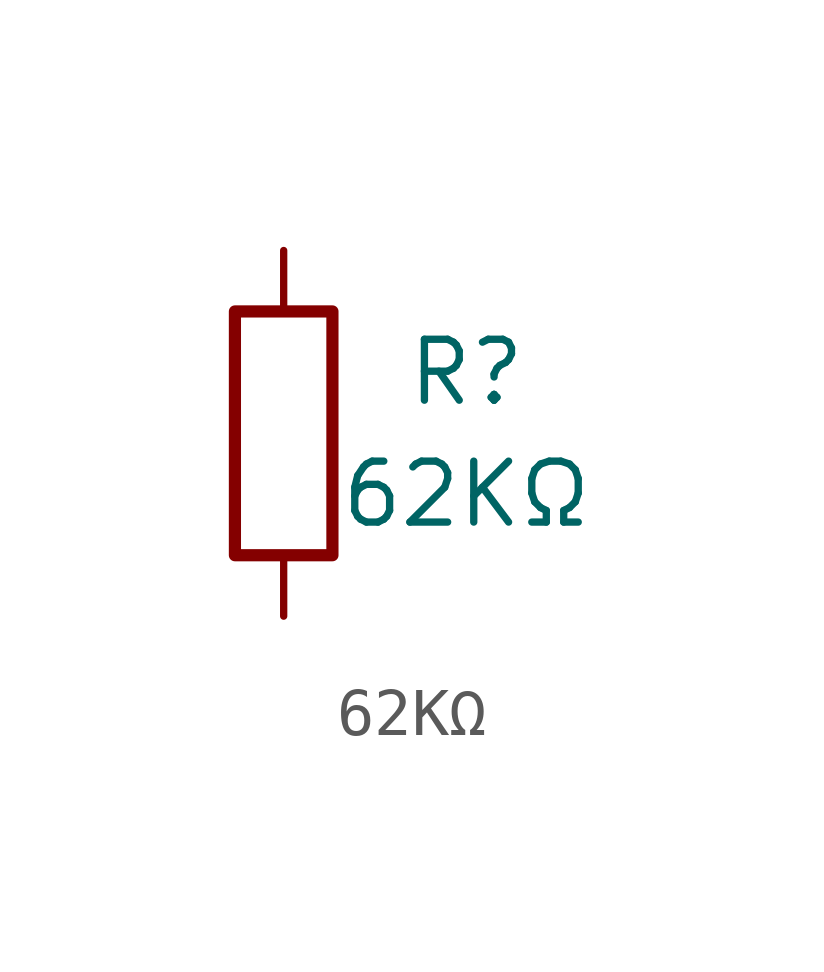
<source format=kicad_sym>
(kicad_symbol_lib
  (version 20241209)
  (generator "kicad_symbol_editor")
  (generator_version "9.0")
  (symbol "62KΩ"
    (pin_numbers
      (hide yes))
    (pin_names
      (offset 0))
    (property "Reference" "R"
      (at 3.81 1.27 0)
      (effects (font (size 1.27 1.27))))
    (property "Value" "62KΩ"
      (at 3.81 -1.27 0)
      (effects (font (size 1.27 1.27))))
    (symbol "62KΩ_0_1"
      (rectangle (start -1.016 -2.54) (end 1.016 2.54) (stroke (width 0.254) (type solid)) (fill (type none))))
    (symbol "62KΩ_1_1"
      (pin passive line (at 0 3.81 270) (length 1.27) (name "~" (effects (font (size 1.27 1.27)))) (number "1" (effects (font (size 1.27 1.27)))))
      (pin passive line (at 0 -3.81 90) (length 1.27) (name "~" (effects (font (size 1.27 1.27)))) (number "2" (effects (font (size 1.27 1.27))))))))
</source>
